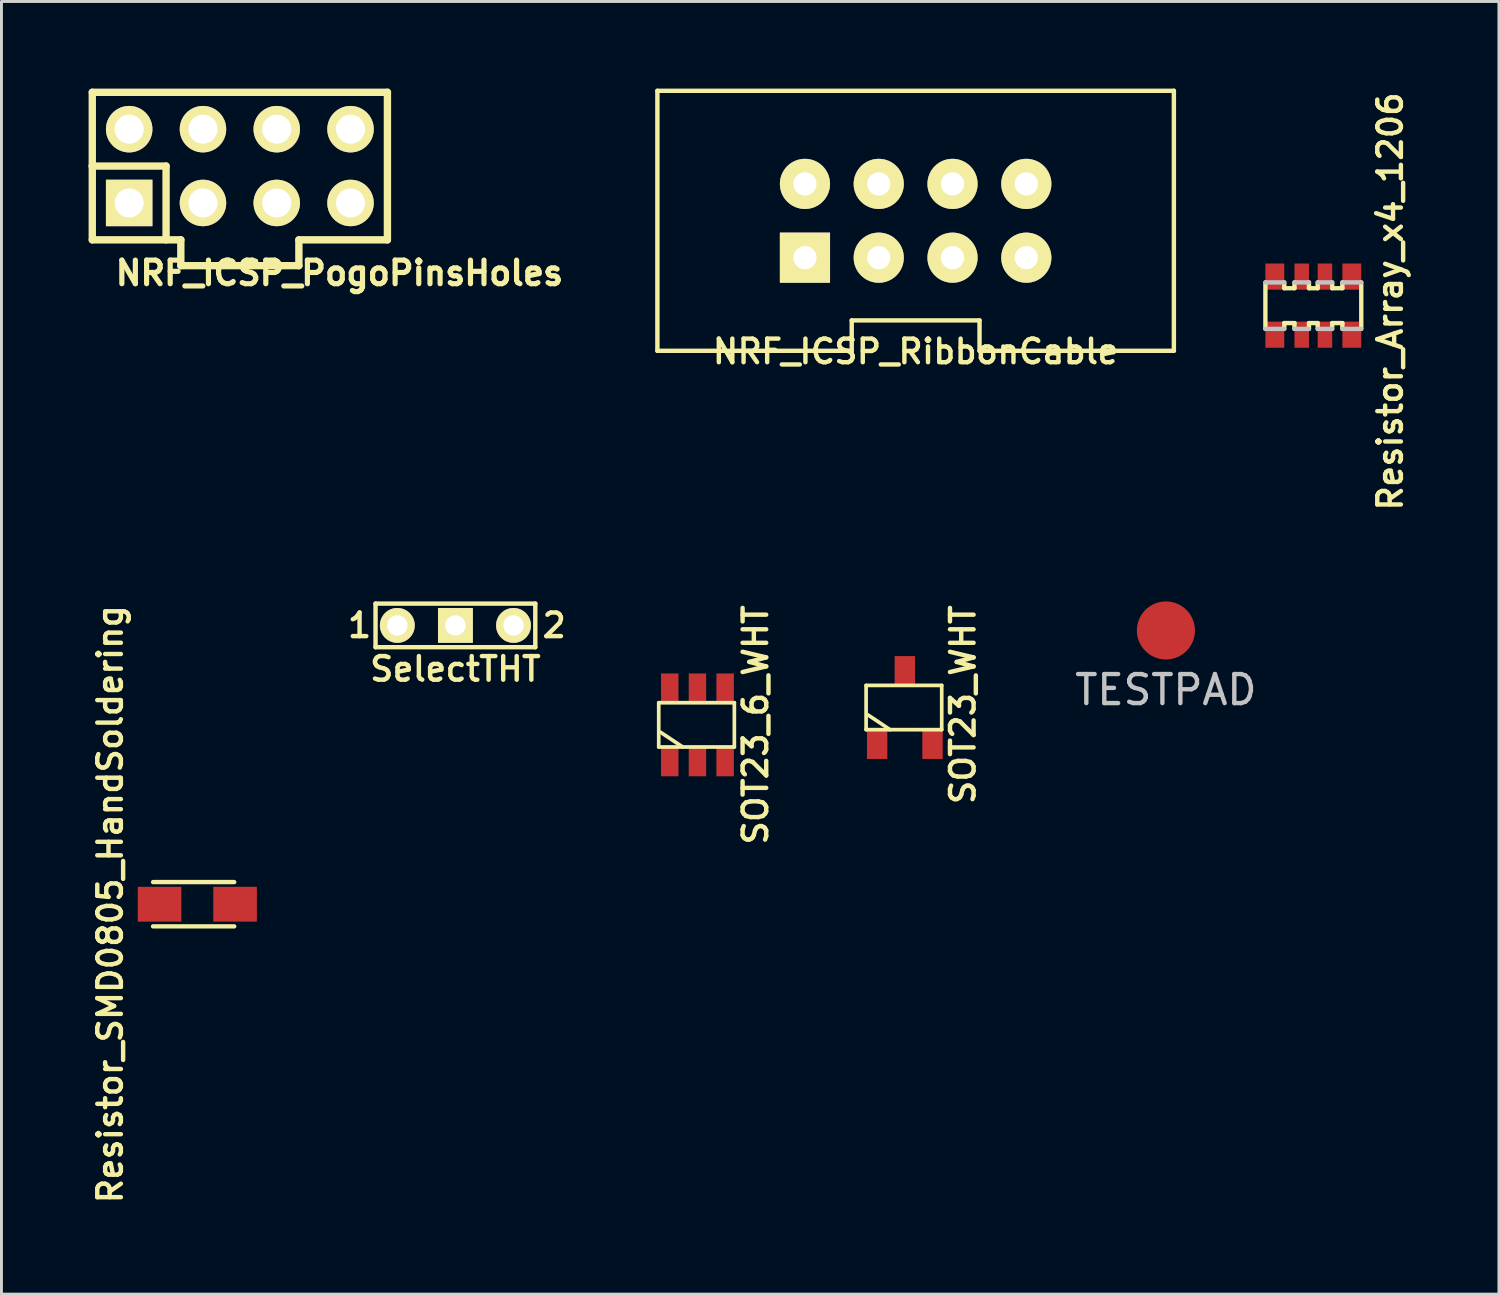
<source format=kicad_pcb>
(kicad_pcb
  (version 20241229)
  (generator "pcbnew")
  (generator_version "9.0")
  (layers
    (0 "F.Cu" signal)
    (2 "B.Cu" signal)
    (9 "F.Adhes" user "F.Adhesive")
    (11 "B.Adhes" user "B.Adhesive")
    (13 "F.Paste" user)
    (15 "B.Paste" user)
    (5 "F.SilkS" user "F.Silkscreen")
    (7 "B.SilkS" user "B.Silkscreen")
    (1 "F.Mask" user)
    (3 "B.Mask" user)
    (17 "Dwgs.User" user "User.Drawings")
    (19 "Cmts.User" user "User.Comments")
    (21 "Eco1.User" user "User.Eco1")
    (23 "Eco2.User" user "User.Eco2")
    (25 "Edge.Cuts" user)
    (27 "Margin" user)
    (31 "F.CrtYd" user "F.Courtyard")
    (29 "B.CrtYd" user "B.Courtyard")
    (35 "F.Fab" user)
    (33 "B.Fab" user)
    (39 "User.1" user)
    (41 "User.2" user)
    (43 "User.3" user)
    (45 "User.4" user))
  (footprint "TESTPAD"
    (layer "F.Cu")
    (at 37.087 18.654)
    (property "Reference" "TESTPAD" (at -0.002 2.045 0) (layer "Dwgs.User") (effects (font (size 1 1) (thickness 0.15))))
    (attr through_hole)
    (pad "1" smd circle (at 0 0) (size 2 2) (layers "F.Cu" "F.Mask" "F.Paste")))
  (footprint "NRF_ICSP_PogoPinsHoles"
    (layer "F.Cu")
    (at 5.207 2.667)
    (property "Reference" "NRF_ICSP_PogoPinsHoles" (at 3.429 3.683 0) (layer "F.SilkS") (effects (font (size 0.813 0.813) (thickness 0.178))))
    (attr through_hole)
    (fp_line (start -5.08 -2.54) (end -5.08 0) (stroke (width 0.254) (type solid)) (layer "F.SilkS"))
    (fp_line (start -5.08 0) (end -2.54 0) (stroke (width 0.254) (type solid)) (layer "F.SilkS"))
    (fp_line (start -5.08 2.54) (end -5.08 0) (stroke (width 0.254) (type solid)) (layer "F.SilkS"))
    (fp_line (start -5.08 2.54) (end -2.032 2.54) (stroke (width 0.254) (type solid)) (layer "F.SilkS"))
    (fp_line (start -2.54 0) (end -2.54 2.54) (stroke (width 0.254) (type solid)) (layer "F.SilkS"))
    (fp_line (start -2.032 2.54) (end -2.032 3.429) (stroke (width 0.254) (type solid)) (layer "F.SilkS"))
    (fp_line (start -2.032 3.429) (end 2.032 3.429) (stroke (width 0.254) (type solid)) (layer "F.SilkS"))
    (fp_line (start 2.032 2.54) (end 5.08 2.54) (stroke (width 0.254) (type solid)) (layer "F.SilkS"))
    (fp_line (start 2.032 3.429) (end 2.032 2.54) (stroke (width 0.254) (type solid)) (layer "F.SilkS"))
    (fp_line (start 5.08 -2.54) (end -5.08 -2.54) (stroke (width 0.254) (type solid)) (layer "F.SilkS"))
    (fp_line (start 5.08 2.54) (end 5.08 -2.54) (stroke (width 0.254) (type solid)) (layer "F.SilkS"))
    (pad "1" thru_hole rect (at -3.81 1.27) (size 1.6 1.6) (drill 1) (layers "*.Cu" "*.Mask" "F.SilkS"))
    (pad "2" thru_hole circle (at -3.81 -1.27) (size 1.6 1.6) (drill 1) (layers "*.Cu" "*.Mask" "F.SilkS"))
    (pad "3" thru_hole circle (at -1.27 1.27) (size 1.6 1.6) (drill 1) (layers "*.Cu" "*.Mask" "F.SilkS"))
    (pad "4" thru_hole circle (at -1.27 -1.27) (size 1.6 1.6) (drill 1) (layers "*.Cu" "*.Mask" "F.SilkS"))
    (pad "5" thru_hole circle (at 1.27 1.27) (size 1.6 1.6) (drill 1) (layers "*.Cu" "*.Mask" "F.SilkS"))
    (pad "6" thru_hole circle (at 1.27 -1.27) (size 1.6 1.6) (drill 1) (layers "*.Cu" "*.Mask" "F.SilkS"))
    (pad "7" thru_hole circle (at 3.81 1.27) (size 1.6 1.6) (drill 1) (layers "*.Cu" "*.Mask" "F.SilkS"))
    (pad "8" thru_hole circle (at 3.81 -1.27) (size 1.6 1.6) (drill 1) (layers "*.Cu" "*.Mask" "F.SilkS")))
  (footprint "SOT23_WHT"
    (layer "F.Cu")
    (at 28.099 21.307)
    (property "Reference" "SOT23_WHT" (at 1.999 -0.099 90) (layer "F.SilkS") (effects (font (size 0.813 0.813) (thickness 0.152))))
    (attr smd)
    (fp_line (start -1.333 -0.762) (end 1.27 -0.762) (stroke (width 0.127) (type solid)) (layer "F.SilkS"))
    (fp_line (start -1.333 0.762) (end -1.333 -0.762) (stroke (width 0.127) (type solid)) (layer "F.SilkS"))
    (fp_line (start -0.508 0.762) (end -1.27 0.254) (stroke (width 0.127) (type solid)) (layer "F.SilkS"))
    (fp_line (start 1.27 -0.762) (end 1.27 0.762) (stroke (width 0.127) (type solid)) (layer "F.SilkS"))
    (fp_line (start 1.27 0.762) (end -1.333 0.762) (stroke (width 0.127) (type solid)) (layer "F.SilkS"))
    (pad "1" smd rect (at -0.953 1.27) (size 0.701 1.001) (layers "F.Cu" "F.Mask" "F.Paste"))
    (pad "2" smd rect (at 0.953 1.27) (size 0.701 1.001) (layers "F.Cu" "F.Mask" "F.Paste"))
    (pad "3" smd rect (at 0 -1.27) (size 0.701 1.001) (layers "F.Cu" "F.Mask" "F.Paste")))
  (footprint "NRF_ICSP_RibbonCable"
    (layer "F.Cu")
    (at 28.471 4.551)
    (property "Reference" "NRF_ICSP_RibbonCable" (at 0 4.5 180) (layer "F.SilkS") (effects (font (size 0.813 0.813) (thickness 0.152))))
    (attr through_hole)
    (fp_line (start -8.89 -4.475) (end -8.89 4.475) (stroke (width 0.152) (type solid)) (layer "F.SilkS"))
    (fp_line (start -8.89 4.475) (end -2.2 4.475) (stroke (width 0.152) (type solid)) (layer "F.SilkS"))
    (fp_line (start -2.2 3.429) (end -2.2 4.475) (stroke (width 0.152) (type solid)) (layer "F.SilkS"))
    (fp_line (start -2.2 3.429) (end 2.2 3.429) (stroke (width 0.152) (type solid)) (layer "F.SilkS"))
    (fp_line (start 2.2 3.429) (end 2.2 4.475) (stroke (width 0.152) (type solid)) (layer "F.SilkS"))
    (fp_line (start 2.2 4.475) (end 8.89 4.475) (stroke (width 0.152) (type solid)) (layer "F.SilkS"))
    (fp_line (start 8.89 -4.475) (end -8.89 -4.475) (stroke (width 0.152) (type solid)) (layer "F.SilkS"))
    (fp_line (start 8.89 4.475) (end 8.89 -4.475) (stroke (width 0.152) (type solid)) (layer "F.SilkS"))
    (pad "1" thru_hole rect (at -3.81 1.27) (size 1.727 1.727) (drill 0.8) (layers "*.Cu" "*.Mask" "F.SilkS"))
    (pad "2" thru_hole oval (at -3.81 -1.27) (size 1.727 1.727) (drill 0.8) (layers "*.Cu" "*.Mask" "F.SilkS"))
    (pad "3" thru_hole oval (at -1.27 1.27) (size 1.727 1.727) (drill 0.8) (layers "*.Cu" "*.Mask" "F.SilkS"))
    (pad "4" thru_hole oval (at -1.27 -1.27) (size 1.727 1.727) (drill 0.8) (layers "*.Cu" "*.Mask" "F.SilkS"))
    (pad "5" thru_hole oval (at 1.27 1.27) (size 1.727 1.727) (drill 0.8) (layers "*.Cu" "*.Mask" "F.SilkS"))
    (pad "6" thru_hole oval (at 1.27 -1.27) (size 1.727 1.727) (drill 0.8) (layers "*.Cu" "*.Mask" "F.SilkS"))
    (pad "7" thru_hole oval (at 3.81 1.27) (size 1.727 1.727) (drill 0.8) (layers "*.Cu" "*.Mask" "F.SilkS"))
    (pad "8" thru_hole oval (at 3.81 -1.27) (size 1.727 1.727) (drill 0.8) (layers "*.Cu" "*.Mask" "F.SilkS")))
  (footprint "SOT23_6_WHT"
    (layer "F.Cu")
    (at 20.96 21.904)
    (property "Reference" "SOT23_6_WHT" (at 1.999 0 90) (layer "F.SilkS") (effects (font (size 0.813 0.813) (thickness 0.152))))
    (attr through_hole)
    (fp_line (start -1.333 -0.762) (end 1.27 -0.762) (stroke (width 0.127) (type solid)) (layer "F.SilkS"))
    (fp_line (start -1.333 0.762) (end -1.333 -0.762) (stroke (width 0.127) (type solid)) (layer "F.SilkS"))
    (fp_line (start -0.508 0.762) (end -1.27 0.254) (stroke (width 0.127) (type solid)) (layer "F.SilkS"))
    (fp_line (start 1.27 -0.762) (end 1.27 0.762) (stroke (width 0.127) (type solid)) (layer "F.SilkS"))
    (fp_line (start 1.27 0.762) (end -1.333 0.762) (stroke (width 0.127) (type solid)) (layer "F.SilkS"))
    (pad "1" smd rect (at -0.953 1.27) (size 0.6 1) (layers "F.Cu" "F.Mask" "F.Paste"))
    (pad "2" smd rect (at 0 1.27) (size 0.6 1) (layers "F.Cu" "F.Mask" "F.Paste"))
    (pad "3" smd rect (at 0.953 1.27) (size 0.6 1) (layers "F.Cu" "F.Mask" "F.Paste"))
    (pad "4" smd rect (at 0.953 -1.27) (size 0.6 1) (layers "F.Cu" "F.Mask" "F.Paste"))
    (pad "5" smd rect (at 0 -1.27) (size 0.6 1) (layers "F.Cu" "F.Mask" "F.Paste"))
    (pad "6" smd rect (at -0.953 -1.27) (size 0.6 1) (layers "F.Cu" "F.Mask" "F.Paste")))
  (footprint "Resistor_Array_x4_1206"
    (layer "F.Cu")
    (at 42.162 7.472)
    (property "Reference" "Resistor_Array_x4_1206" (at 2.646 -0.144 270) (layer "F.SilkS") (effects (font (size 0.813 0.813) (thickness 0.152))))
    (attr through_hole)
    (fp_line (start -1.65 0.8) (end -1.65 -0.8) (stroke (width 0.15) (type solid)) (layer "F.SilkS"))
    (fp_line (start -1 -0.8) (end -1 -0.6) (stroke (width 0.15) (type solid)) (layer "F.SilkS"))
    (fp_line (start -1 -0.6) (end -0.65 -0.6) (stroke (width 0.15) (type solid)) (layer "F.SilkS"))
    (fp_line (start -1 0.6) (end -0.65 0.6) (stroke (width 0.15) (type solid)) (layer "F.SilkS"))
    (fp_line (start -1 0.8) (end -1 0.6) (stroke (width 0.15) (type solid)) (layer "F.SilkS"))
    (fp_line (start -0.65 -0.6) (end -0.65 -0.8) (stroke (width 0.15) (type solid)) (layer "F.SilkS"))
    (fp_line (start -0.65 0.6) (end -0.65 0.8) (stroke (width 0.15) (type solid)) (layer "F.SilkS"))
    (fp_line (start -0.15 -0.8) (end -0.15 -0.6) (stroke (width 0.15) (type solid)) (layer "F.SilkS"))
    (fp_line (start -0.15 -0.6) (end 0.15 -0.6) (stroke (width 0.15) (type solid)) (layer "F.SilkS"))
    (fp_line (start -0.15 0.6) (end 0.15 0.6) (stroke (width 0.15) (type solid)) (layer "F.SilkS"))
    (fp_line (start -0.15 0.8) (end -0.15 0.6) (stroke (width 0.15) (type solid)) (layer "F.SilkS"))
    (fp_line (start 0.15 -0.6) (end 0.15 -0.8) (stroke (width 0.15) (type solid)) (layer "F.SilkS"))
    (fp_line (start 0.15 0.6) (end 0.15 0.8) (stroke (width 0.15) (type solid)) (layer "F.SilkS"))
    (fp_line (start 0.65 -0.8) (end 0.65 -0.6) (stroke (width 0.15) (type solid)) (layer "F.SilkS"))
    (fp_line (start 0.65 -0.6) (end 1 -0.6) (stroke (width 0.15) (type solid)) (layer "F.SilkS"))
    (fp_line (start 0.65 0.6) (end 1 0.6) (stroke (width 0.15) (type solid)) (layer "F.SilkS"))
    (fp_line (start 0.65 0.8) (end 0.65 0.6) (stroke (width 0.15) (type solid)) (layer "F.SilkS"))
    (fp_line (start 1 -0.6) (end 1 -0.8) (stroke (width 0.15) (type solid)) (layer "F.SilkS"))
    (fp_line (start 1 0.6) (end 1 0.8) (stroke (width 0.15) (type solid)) (layer "F.SilkS"))
    (fp_line (start 1.65 -0.8) (end 1.65 0.8) (stroke (width 0.15) (type solid)) (layer "F.SilkS"))
    (fp_line (start -1.65 -0.8) (end -1 -0.8) (stroke (width 0.15) (type solid)) (layer "Dwgs.User"))
    (fp_line (start -1.65 0.8) (end -1 0.8) (stroke (width 0.15) (type solid)) (layer "Dwgs.User"))
    (fp_line (start -0.65 -0.8) (end -0.15 -0.8) (stroke (width 0.15) (type solid)) (layer "Dwgs.User"))
    (fp_line (start -0.65 0.8) (end -0.15 0.8) (stroke (width 0.15) (type solid)) (layer "Dwgs.User"))
    (fp_line (start 0.15 -0.8) (end 0.65 -0.8) (stroke (width 0.15) (type solid)) (layer "Dwgs.User"))
    (fp_line (start 0.15 0.8) (end 0.65 0.8) (stroke (width 0.15) (type solid)) (layer "Dwgs.User"))
    (fp_line (start 1 -0.8) (end 1.65 -0.8) (stroke (width 0.15) (type solid)) (layer "Dwgs.User"))
    (fp_line (start 1 0.8) (end 1.65 0.8) (stroke (width 0.15) (type solid)) (layer "Dwgs.User"))
    (pad "1" smd rect (at -1.325 1) (size 0.65 0.9) (layers "F.Cu" "F.Mask" "F.Paste"))
    (pad "2" smd rect (at -0.4 1) (size 0.5 0.9) (layers "F.Cu" "F.Mask" "F.Paste"))
    (pad "3" smd rect (at 0.4 1) (size 0.5 0.9) (layers "F.Cu" "F.Mask" "F.Paste"))
    (pad "4" smd rect (at 1.325 1) (size 0.65 0.9) (layers "F.Cu" "F.Mask" "F.Paste"))
    (pad "5" smd rect (at 1.325 -1) (size 0.65 0.9) (layers "F.Cu" "F.Mask" "F.Paste"))
    (pad "6" smd rect (at 0.4 -1) (size 0.5 0.9) (layers "F.Cu" "F.Mask" "F.Paste"))
    (pad "7" smd rect (at -0.4 -1) (size 0.5 0.9) (layers "F.Cu" "F.Mask" "F.Paste"))
    (pad "8" smd rect (at -1.325 -1) (size 0.65 0.9) (layers "F.Cu" "F.Mask" "F.Paste")))
  (footprint "SelectTHT"
    (layer "F.Cu")
    (at 12.628 18.48)
    (property "Reference" "SelectTHT" (at 0 1.5 0) (layer "F.SilkS") (effects (font (size 0.813 0.813) (thickness 0.152))))
    (attr through_hole)
    (fp_line (start -2.75 -0.75) (end -2.75 0.75) (stroke (width 0.152) (type solid)) (layer "F.SilkS"))
    (fp_line (start -2.75 0.75) (end 2.75 0.75) (stroke (width 0.152) (type solid)) (layer "F.SilkS"))
    (fp_line (start 2.75 -0.75) (end -2.75 -0.75) (stroke (width 0.152) (type solid)) (layer "F.SilkS"))
    (fp_line (start 2.75 0.75) (end 2.75 -0.75) (stroke (width 0.152) (type solid)) (layer "F.SilkS"))
    (fp_text user "2" (at 3.4 0 0) (layer "F.SilkS") (effects (font (size 0.813 0.813) (thickness 0.152))))
    (fp_text user "1" (at -3.3 0 0) (layer "F.SilkS") (effects (font (size 0.813 0.813) (thickness 0.152))))
    (pad "1" thru_hole circle (at -2 0) (size 1.2 1.2) (drill 0.7) (layers "*.Cu" "*.Mask" "F.SilkS"))
    (pad "2" thru_hole rect (at 0 0) (size 1.2 1.2) (drill 0.7) (layers "*.Cu" "*.Mask" "F.SilkS"))
    (pad "3" thru_hole circle (at 2 0) (size 1.2 1.2) (drill 0.7) (layers "*.Cu" "*.Mask" "F.SilkS")))
  (footprint "Resistor_SMD0805_HandSoldering"
    (layer "F.Cu")
    (at 3.743 28.078)
    (property "Reference" "Resistor_SMD0805_HandSoldering" (at -3 0 90) (layer "F.SilkS") (effects (font (size 0.813 0.813) (thickness 0.152))))
    (attr smd)
    (fp_line (start -1.524 -0.762) (end 1.27 -0.762) (stroke (width 0.15) (type solid)) (layer "F.SilkS"))
    (fp_line (start 1.27 0.762) (end -1.524 0.762) (stroke (width 0.15) (type solid)) (layer "F.SilkS"))
    (pad "1" smd rect (at -1.3 0) (size 1.501 1.199) (layers "F.Cu" "F.Mask" "F.Paste"))
    (pad "2" smd rect (at 1.3 0) (size 1.501 1.199) (layers "F.Cu" "F.Mask" "F.Paste")))
  (gr_rect
    (start -3 -3)
    (end 48.551 41.501)
    (stroke (width 0.1) (type default))
    (fill no)
    (layer "Edge.Cuts")))
</source>
